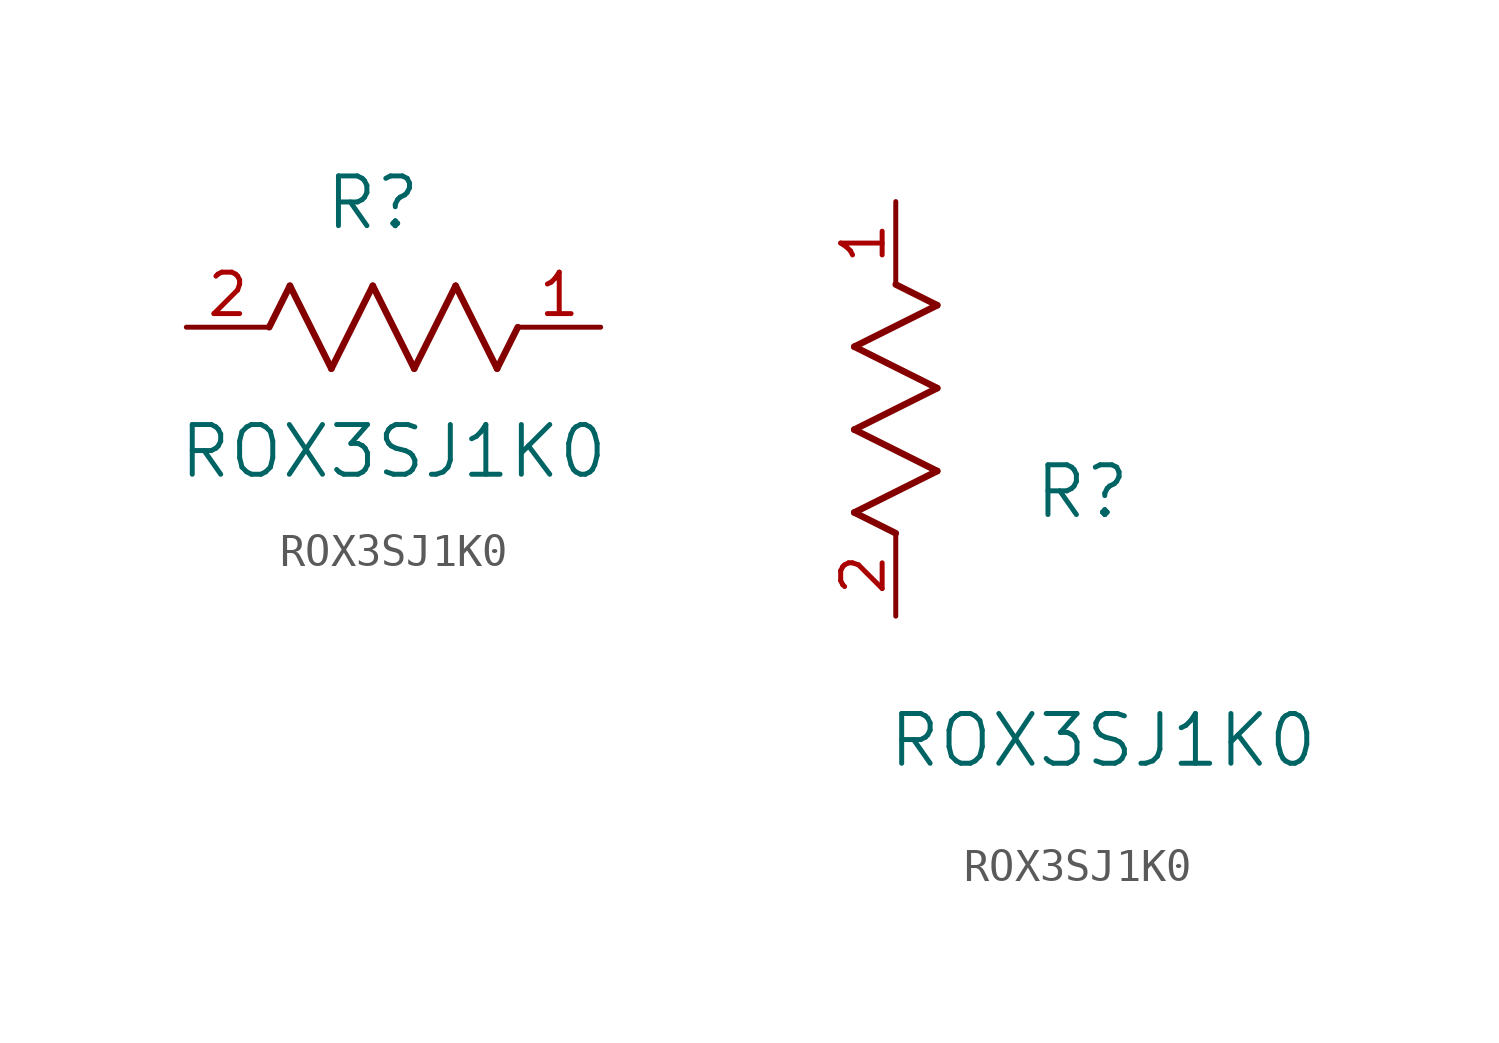
<source format=kicad_sym>
(kicad_symbol_lib
  (version 20211014)
  (generator kicad_symbol_editor)
  (symbol "ROX3SJ1K0"
    (pin_names
      (offset 0.254))
    (property "Reference" "R"
      (at 5.715 3.81 0)
      (effects (font (size 1.524 1.524))))
    (property "Value" "ROX3SJ1K0"
      (at 6.35 -3.81 0)
      (effects (font (size 1.524 1.524))))
    (symbol "ROX3SJ1K0_1_1"
      (polyline (pts (xy 3.175 1.27) (xy 4.445 -1.27)) (stroke (width 0.203) (type default) (color 0 0 0 0)) (fill (type none)))
      (polyline (pts (xy 4.445 -1.27) (xy 5.715 1.27)) (stroke (width 0.203) (type default) (color 0 0 0 0)) (fill (type none)))
      (polyline (pts (xy 5.715 1.27) (xy 6.985 -1.27)) (stroke (width 0.203) (type default) (color 0 0 0 0)) (fill (type none)))
      (polyline (pts (xy 6.985 -1.27) (xy 8.255 1.27)) (stroke (width 0.203) (type default) (color 0 0 0 0)) (fill (type none)))
      (polyline (pts (xy 8.255 1.27) (xy 9.525 -1.27)) (stroke (width 0.203) (type default) (color 0 0 0 0)) (fill (type none)))
      (polyline (pts (xy 2.54 0) (xy 3.175 1.27)) (stroke (width 0.203) (type default) (color 0 0 0 0)) (fill (type none)))
      (polyline (pts (xy 9.525 -1.27) (xy 10.16 0)) (stroke (width 0.203) (type default) (color 0 0 0 0)) (fill (type none)))
      (pin unspecified line (at 0 0 0) (length 2.54) (name "" (effects (font (size 1.27 1.27)))) (number "2" (effects (font (size 1.27 1.27)))))
      (pin unspecified line (at 12.7 0 180) (length 2.54) (name "" (effects (font (size 1.27 1.27)))) (number "1" (effects (font (size 1.27 1.27))))))
    (symbol "ROX3SJ1K0_1_2"
      (polyline (pts (xy 0 2.54) (xy -1.27 3.175)) (stroke (width 0.203) (type default) (color 0 0 0 0)) (fill (type none)))
      (polyline (pts (xy -1.27 3.175) (xy 1.27 4.445)) (stroke (width 0.203) (type default) (color 0 0 0 0)) (fill (type none)))
      (polyline (pts (xy 1.27 4.445) (xy -1.27 5.715)) (stroke (width 0.203) (type default) (color 0 0 0 0)) (fill (type none)))
      (polyline (pts (xy -1.27 5.715) (xy 1.27 6.985)) (stroke (width 0.203) (type default) (color 0 0 0 0)) (fill (type none)))
      (polyline (pts (xy -1.27 8.255) (xy 1.27 9.525)) (stroke (width 0.203) (type default) (color 0 0 0 0)) (fill (type none)))
      (polyline (pts (xy 1.27 9.525) (xy 0 10.16)) (stroke (width 0.203) (type default) (color 0 0 0 0)) (fill (type none)))
      (polyline (pts (xy 1.27 6.985) (xy -1.27 8.255)) (stroke (width 0.203) (type default) (color 0 0 0 0)) (fill (type none)))
      (pin unspecified line (at 0 0 90) (length 2.54) (name "" (effects (font (size 1.27 1.27)))) (number "2" (effects (font (size 1.27 1.27)))))
      (pin unspecified line (at 0 12.7 270) (length 2.54) (name "" (effects (font (size 1.27 1.27)))) (number "1" (effects (font (size 1.27 1.27))))))))
</source>
